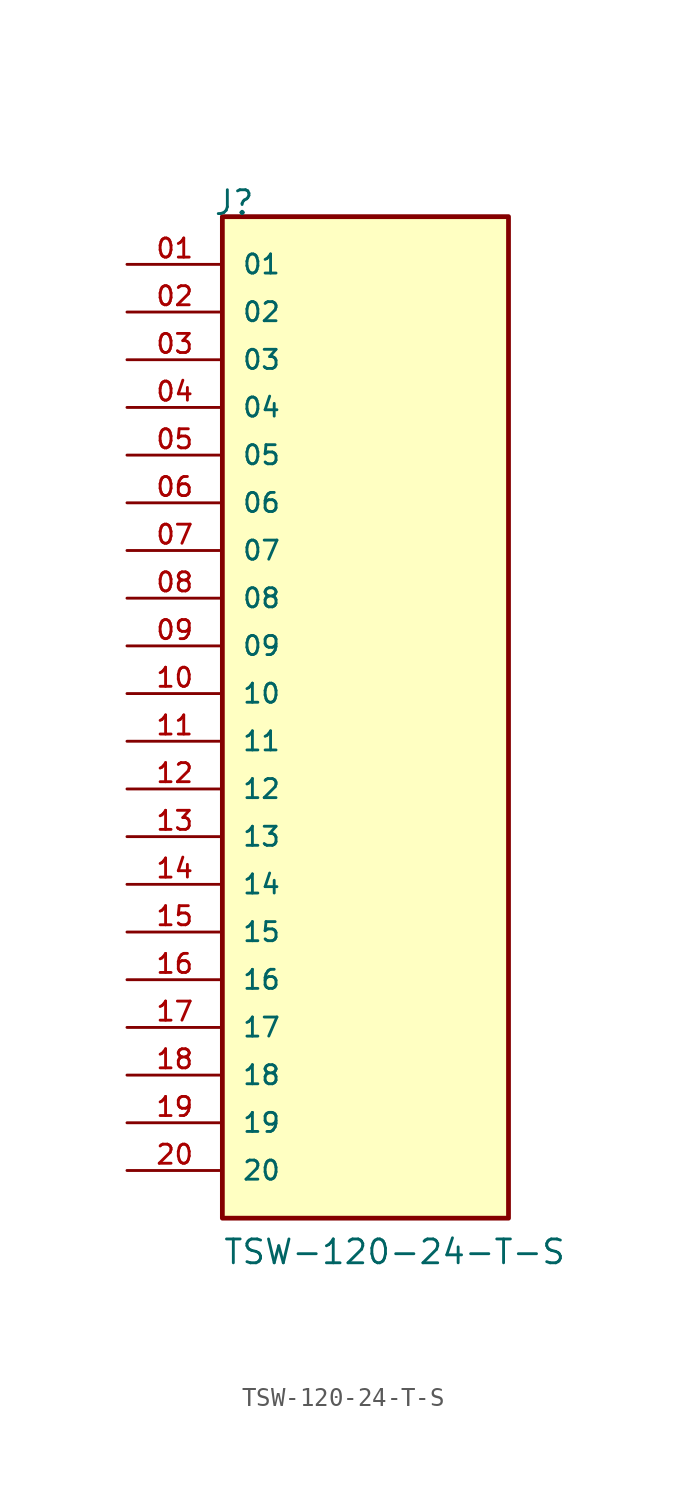
<source format=kicad_sym>
(kicad_symbol_lib
  (version 20211014)
  (generator kicad_symbol_editor)
  (symbol "TSW-120-24-T-S"
    (pin_names
      (offset 1.016))
    (property "Reference" "J"
      (at -8.12 27.94 0)
      (effects (font (size 1.27 1.27)) (justify bottom left)))
    (property "Value" "TSW-120-24-T-S"
      (at -7.62 -27.94 0)
      (effects (font (size 1.27 1.27)) (justify bottom left)))
    (symbol "TSW-120-24-T-S_0_0"
      (rectangle (start -7.62 -25.4) (end 7.62 27.94) (stroke (width 0.254)) (fill (type background)))
      (pin passive line (at -12.7 25.4 0) (length 5.08) (name "01" (effects (font (size 1.016 1.016)))) (number "01" (effects (font (size 1.016 1.016)))))
      (pin passive line (at -12.7 22.86 0) (length 5.08) (name "02" (effects (font (size 1.016 1.016)))) (number "02" (effects (font (size 1.016 1.016)))))
      (pin passive line (at -12.7 20.32 0) (length 5.08) (name "03" (effects (font (size 1.016 1.016)))) (number "03" (effects (font (size 1.016 1.016)))))
      (pin passive line (at -12.7 17.78 0) (length 5.08) (name "04" (effects (font (size 1.016 1.016)))) (number "04" (effects (font (size 1.016 1.016)))))
      (pin passive line (at -12.7 15.24 0) (length 5.08) (name "05" (effects (font (size 1.016 1.016)))) (number "05" (effects (font (size 1.016 1.016)))))
      (pin passive line (at -12.7 12.7 0) (length 5.08) (name "06" (effects (font (size 1.016 1.016)))) (number "06" (effects (font (size 1.016 1.016)))))
      (pin passive line (at -12.7 10.16 0) (length 5.08) (name "07" (effects (font (size 1.016 1.016)))) (number "07" (effects (font (size 1.016 1.016)))))
      (pin passive line (at -12.7 7.62 0) (length 5.08) (name "08" (effects (font (size 1.016 1.016)))) (number "08" (effects (font (size 1.016 1.016)))))
      (pin passive line (at -12.7 5.08 0) (length 5.08) (name "09" (effects (font (size 1.016 1.016)))) (number "09" (effects (font (size 1.016 1.016)))))
      (pin passive line (at -12.7 2.54 0) (length 5.08) (name "10" (effects (font (size 1.016 1.016)))) (number "10" (effects (font (size 1.016 1.016)))))
      (pin passive line (at -12.7 0.0 0) (length 5.08) (name "11" (effects (font (size 1.016 1.016)))) (number "11" (effects (font (size 1.016 1.016)))))
      (pin passive line (at -12.7 -2.54 0) (length 5.08) (name "12" (effects (font (size 1.016 1.016)))) (number "12" (effects (font (size 1.016 1.016)))))
      (pin passive line (at -12.7 -5.08 0) (length 5.08) (name "13" (effects (font (size 1.016 1.016)))) (number "13" (effects (font (size 1.016 1.016)))))
      (pin passive line (at -12.7 -7.62 0) (length 5.08) (name "14" (effects (font (size 1.016 1.016)))) (number "14" (effects (font (size 1.016 1.016)))))
      (pin passive line (at -12.7 -10.16 0) (length 5.08) (name "15" (effects (font (size 1.016 1.016)))) (number "15" (effects (font (size 1.016 1.016)))))
      (pin passive line (at -12.7 -12.7 0) (length 5.08) (name "16" (effects (font (size 1.016 1.016)))) (number "16" (effects (font (size 1.016 1.016)))))
      (pin passive line (at -12.7 -15.24 0) (length 5.08) (name "17" (effects (font (size 1.016 1.016)))) (number "17" (effects (font (size 1.016 1.016)))))
      (pin passive line (at -12.7 -17.78 0) (length 5.08) (name "18" (effects (font (size 1.016 1.016)))) (number "18" (effects (font (size 1.016 1.016)))))
      (pin passive line (at -12.7 -20.32 0) (length 5.08) (name "19" (effects (font (size 1.016 1.016)))) (number "19" (effects (font (size 1.016 1.016)))))
      (pin passive line (at -12.7 -22.86 0) (length 5.08) (name "20" (effects (font (size 1.016 1.016)))) (number "20" (effects (font (size 1.016 1.016))))))))
</source>
